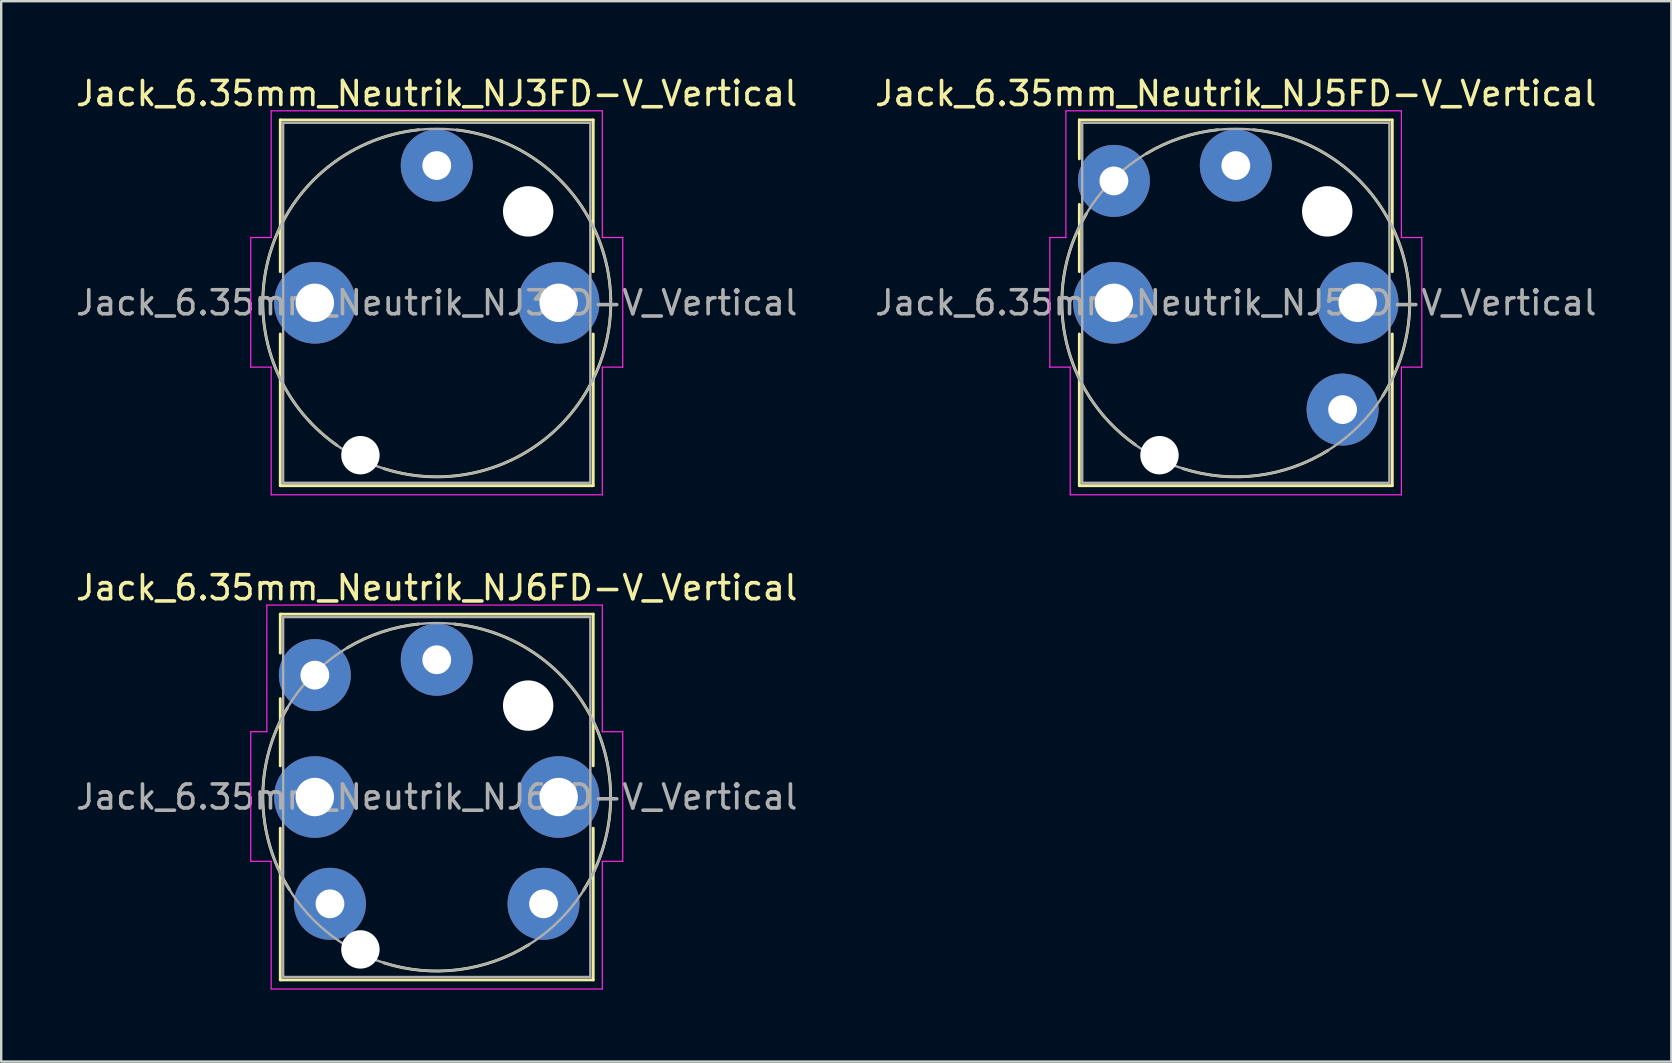
<source format=kicad_pcb>
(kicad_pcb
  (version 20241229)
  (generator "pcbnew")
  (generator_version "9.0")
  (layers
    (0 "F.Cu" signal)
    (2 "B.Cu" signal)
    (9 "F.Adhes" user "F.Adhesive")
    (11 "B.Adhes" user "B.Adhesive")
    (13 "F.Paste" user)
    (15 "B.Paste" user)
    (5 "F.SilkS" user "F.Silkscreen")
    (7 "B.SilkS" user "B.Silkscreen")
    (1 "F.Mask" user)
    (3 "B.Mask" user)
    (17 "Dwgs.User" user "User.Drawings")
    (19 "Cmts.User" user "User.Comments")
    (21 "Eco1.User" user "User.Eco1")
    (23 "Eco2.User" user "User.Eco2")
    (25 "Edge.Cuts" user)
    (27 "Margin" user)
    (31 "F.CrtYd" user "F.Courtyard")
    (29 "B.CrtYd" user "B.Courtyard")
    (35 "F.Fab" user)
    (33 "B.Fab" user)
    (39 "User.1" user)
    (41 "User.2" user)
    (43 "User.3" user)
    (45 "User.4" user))
  (footprint "Jack_6.35mm_Neutrik_NJ6FD-V_Vertical"
    (layer "F.Cu")
    (at 15.149 24.442)
    (property "Reference" "Jack_6.35mm_Neutrik_NJ6FD-V_Vertical" (at 0 -3 0) (layer "F.SilkS") (effects (font (size 1 1) (thickness 0.15))))
    (attr through_hole)
    (fp_line (start -6.52 -1.9) (end -6.52 -0.28) (stroke (width 0.12) (type solid)) (layer "F.SilkS"))
    (fp_line (start -6.52 -1.9) (end 6.52 -1.9) (stroke (width 0.12) (type solid)) (layer "F.SilkS"))
    (fp_line (start -6.52 1.62) (end -6.52 4.42) (stroke (width 0.12) (type solid)) (layer "F.SilkS"))
    (fp_line (start -6.52 7.02) (end -6.52 13.34) (stroke (width 0.12) (type solid)) (layer "F.SilkS"))
    (fp_line (start -6.52 13.34) (end 6.52 13.34) (stroke (width 0.12) (type solid)) (layer "F.SilkS"))
    (fp_line (start 6.52 -1.9) (end 6.52 4.42) (stroke (width 0.12) (type solid)) (layer "F.SilkS"))
    (fp_line (start 6.52 7.02) (end 6.52 13.34) (stroke (width 0.12) (type solid)) (layer "F.SilkS"))
    (fp_arc (start -6.138365 9.573216) (mid -7.247116 5.79812) (end -6.22 2) (stroke (width 0.12) (type solid)) (layer "F.SilkS"))
    (fp_arc (start -3.726809 -0.497515) (mid -2.292752 -1.156764) (end -0.75 -1.49) (stroke (width 0.12) (type solid)) (layer "F.SilkS"))
    (fp_arc (start 0.741615 -1.488246) (mid 6.519796 2.557554) (end 6.12 9.6) (stroke (width 0.12) (type solid)) (layer "F.SilkS"))
    (fp_arc (start 3.836366 11.873893) (mid 0.901303 12.915537) (end -2.2 12.63) (stroke (width 0.12) (type solid)) (layer "F.SilkS"))
    (fp_line (start -7.75 3) (end -7.75 8.4) (stroke (width 0.05) (type solid)) (layer "F.CrtYd"))
    (fp_line (start -7.08 -2.28) (end -7.08 3) (stroke (width 0.05) (type solid)) (layer "F.CrtYd"))
    (fp_line (start -7.08 -2.28) (end 6.9 -2.28) (stroke (width 0.05) (type solid)) (layer "F.CrtYd"))
    (fp_line (start -7.08 3) (end -7.75 3) (stroke (width 0.05) (type solid)) (layer "F.CrtYd"))
    (fp_line (start -6.9 8.4) (end -7.75 8.4) (stroke (width 0.05) (type solid)) (layer "F.CrtYd"))
    (fp_line (start -6.9 8.4) (end -6.9 13.72) (stroke (width 0.05) (type solid)) (layer "F.CrtYd"))
    (fp_line (start -6.9 13.72) (end 6.9 13.72) (stroke (width 0.05) (type solid)) (layer "F.CrtYd"))
    (fp_line (start 6.9 -2.28) (end 6.9 3) (stroke (width 0.05) (type solid)) (layer "F.CrtYd"))
    (fp_line (start 6.9 3) (end 7.75 3) (stroke (width 0.05) (type solid)) (layer "F.CrtYd"))
    (fp_line (start 6.9 8.4) (end 6.9 13.72) (stroke (width 0.05) (type solid)) (layer "F.CrtYd"))
    (fp_line (start 6.9 8.4) (end 7.75 8.4) (stroke (width 0.05) (type solid)) (layer "F.CrtYd"))
    (fp_line (start 7.75 3) (end 7.75 8.4) (stroke (width 0.05) (type solid)) (layer "F.CrtYd"))
    (fp_line (start -6.4 -1.78) (end -6.4 13.22) (stroke (width 0.1) (type solid)) (layer "F.Fab"))
    (fp_line (start -6.4 -1.78) (end 6.4 -1.78) (stroke (width 0.1) (type solid)) (layer "F.Fab"))
    (fp_line (start -6.4 13.22) (end 6.4 13.22) (stroke (width 0.1) (type solid)) (layer "F.Fab"))
    (fp_line (start 6.4 -1.78) (end 6.4 13.22) (stroke (width 0.1) (type solid)) (layer "F.Fab"))
    (fp_circle (center 0 5.72) (end -7.25 5.72) (stroke (width 0.1) (type solid)) (fill no) (layer "F.Fab"))
    (fp_text user "${REFERENCE}" (at 0 5.72 0) (layer "F.Fab") (effects (font (size 1 1) (thickness 0.15))))
    (pad "" np_thru_hole circle (at -3.18 12.07 180) (size 1.6 1.6) (drill 1.6) (layers "*.Cu" "*.Mask"))
    (pad "" np_thru_hole circle (at 3.81 1.91 180) (size 2.1 2.1) (drill 2.1) (layers "*.Cu" "*.Mask"))
    (pad "R" thru_hole circle (at 5.08 5.72 180) (size 3.4 3.4) (drill 1.6) (layers "*.Cu" "*.Mask"))
    (pad "RN" thru_hole circle (at 4.45 10.17 180) (size 3 3) (drill 1.2) (layers "*.Cu" "*.Mask"))
    (pad "S" thru_hole circle (at -5.08 5.72 180) (size 3.4 3.4) (drill 1.6) (layers "*.Cu" "*.Mask"))
    (pad "SN" thru_hole circle (at -4.45 10.17 180) (size 3 3) (drill 1.2) (layers "*.Cu" "*.Mask"))
    (pad "T" thru_hole circle (at 0 0 180) (size 3 3) (drill 1.2) (layers "*.Cu" "*.Mask"))
    (pad "TN" thru_hole circle (at -5.08 0.64 180) (size 3 3) (drill 1.2) (layers "*.Cu" "*.Mask")))
  (footprint "Jack_6.35mm_Neutrik_NJ5FD-V_Vertical"
    (layer "F.Cu")
    (at 48.446 3.848)
    (property "Reference" "Jack_6.35mm_Neutrik_NJ5FD-V_Vertical" (at 0 -3 0) (layer "F.SilkS") (effects (font (size 1 1) (thickness 0.15))))
    (attr through_hole)
    (fp_line (start -6.52 -1.9) (end -6.52 -0.28) (stroke (width 0.12) (type solid)) (layer "F.SilkS"))
    (fp_line (start -6.52 -1.9) (end 6.52 -1.9) (stroke (width 0.12) (type solid)) (layer "F.SilkS"))
    (fp_line (start -6.52 1.62) (end -6.52 4.42) (stroke (width 0.12) (type solid)) (layer "F.SilkS"))
    (fp_line (start -6.52 7.02) (end -6.52 13.34) (stroke (width 0.12) (type solid)) (layer "F.SilkS"))
    (fp_line (start -6.52 13.34) (end 6.52 13.34) (stroke (width 0.12) (type solid)) (layer "F.SilkS"))
    (fp_line (start 6.52 -1.9) (end 6.52 4.42) (stroke (width 0.12) (type solid)) (layer "F.SilkS"))
    (fp_line (start 6.52 7.02) (end 6.52 13.34) (stroke (width 0.12) (type solid)) (layer "F.SilkS"))
    (fp_arc (start -4.186229 11.636273) (mid -7.091321 7.21665) (end -6.22 2) (stroke (width 0.12) (type solid)) (layer "F.SilkS"))
    (fp_arc (start -3.726809 -0.497515) (mid -2.292752 -1.156764) (end -0.75 -1.49) (stroke (width 0.12) (type solid)) (layer "F.SilkS"))
    (fp_arc (start 0.741615 -1.488246) (mid 6.519796 2.557554) (end 6.12 9.6) (stroke (width 0.12) (type solid)) (layer "F.SilkS"))
    (fp_arc (start 3.836366 11.873893) (mid 0.901303 12.915537) (end -2.2 12.63) (stroke (width 0.12) (type solid)) (layer "F.SilkS"))
    (fp_line (start -7.75 3) (end -7.75 8.4) (stroke (width 0.05) (type solid)) (layer "F.CrtYd"))
    (fp_line (start -7.08 -2.28) (end -7.08 3) (stroke (width 0.05) (type solid)) (layer "F.CrtYd"))
    (fp_line (start -7.08 -2.28) (end 6.9 -2.28) (stroke (width 0.05) (type solid)) (layer "F.CrtYd"))
    (fp_line (start -7.08 3) (end -7.75 3) (stroke (width 0.05) (type solid)) (layer "F.CrtYd"))
    (fp_line (start -6.9 8.4) (end -7.75 8.4) (stroke (width 0.05) (type solid)) (layer "F.CrtYd"))
    (fp_line (start -6.9 8.4) (end -6.9 13.72) (stroke (width 0.05) (type solid)) (layer "F.CrtYd"))
    (fp_line (start -6.9 13.72) (end 6.9 13.72) (stroke (width 0.05) (type solid)) (layer "F.CrtYd"))
    (fp_line (start 6.9 -2.28) (end 6.9 3) (stroke (width 0.05) (type solid)) (layer "F.CrtYd"))
    (fp_line (start 6.9 3) (end 7.75 3) (stroke (width 0.05) (type solid)) (layer "F.CrtYd"))
    (fp_line (start 6.9 8.4) (end 6.9 13.72) (stroke (width 0.05) (type solid)) (layer "F.CrtYd"))
    (fp_line (start 6.9 8.4) (end 7.75 8.4) (stroke (width 0.05) (type solid)) (layer "F.CrtYd"))
    (fp_line (start 7.75 3) (end 7.75 8.4) (stroke (width 0.05) (type solid)) (layer "F.CrtYd"))
    (fp_line (start -6.4 -1.78) (end -6.4 13.22) (stroke (width 0.1) (type solid)) (layer "F.Fab"))
    (fp_line (start -6.4 -1.78) (end 6.4 -1.78) (stroke (width 0.1) (type solid)) (layer "F.Fab"))
    (fp_line (start -6.4 13.22) (end 6.4 13.22) (stroke (width 0.1) (type solid)) (layer "F.Fab"))
    (fp_line (start 6.4 -1.78) (end 6.4 13.22) (stroke (width 0.1) (type solid)) (layer "F.Fab"))
    (fp_circle (center 0 5.72) (end -7.25 5.72) (stroke (width 0.1) (type solid)) (fill no) (layer "F.Fab"))
    (fp_text user "${REFERENCE}" (at 0 5.72 0) (layer "F.Fab") (effects (font (size 1 1) (thickness 0.15))))
    (pad "" np_thru_hole circle (at -3.18 12.07 180) (size 1.6 1.6) (drill 1.6) (layers "*.Cu" "*.Mask"))
    (pad "" np_thru_hole circle (at 3.81 1.91 180) (size 2.1 2.1) (drill 2.1) (layers "*.Cu" "*.Mask"))
    (pad "R" thru_hole circle (at 5.08 5.72 180) (size 3.4 3.4) (drill 1.6) (layers "*.Cu" "*.Mask"))
    (pad "RN" thru_hole circle (at 4.45 10.17 180) (size 3 3) (drill 1.2) (layers "*.Cu" "*.Mask"))
    (pad "S" thru_hole circle (at -5.08 5.72 180) (size 3.4 3.4) (drill 1.6) (layers "*.Cu" "*.Mask"))
    (pad "T" thru_hole circle (at 0 0 180) (size 3 3) (drill 1.2) (layers "*.Cu" "*.Mask"))
    (pad "TN" thru_hole circle (at -5.08 0.64 180) (size 3 3) (drill 1.2) (layers "*.Cu" "*.Mask")))
  (footprint "Jack_6.35mm_Neutrik_NJ3FD-V_Vertical"
    (layer "F.Cu")
    (at 15.149 3.848)
    (property "Reference" "Jack_6.35mm_Neutrik_NJ3FD-V_Vertical" (at 0 -3 0) (layer "F.SilkS") (effects (font (size 1 1) (thickness 0.15))))
    (attr through_hole)
    (fp_line (start -6.52 -1.9) (end -6.52 4.42) (stroke (width 0.12) (type solid)) (layer "F.SilkS"))
    (fp_line (start -6.52 -1.9) (end 6.52 -1.9) (stroke (width 0.12) (type solid)) (layer "F.SilkS"))
    (fp_line (start -6.52 7.02) (end -6.52 13.34) (stroke (width 0.12) (type solid)) (layer "F.SilkS"))
    (fp_line (start -6.52 13.34) (end 6.52 13.34) (stroke (width 0.12) (type solid)) (layer "F.SilkS"))
    (fp_line (start 6.52 -1.9) (end 6.52 4.42) (stroke (width 0.12) (type solid)) (layer "F.SilkS"))
    (fp_line (start 6.52 7.02) (end 6.52 13.34) (stroke (width 0.12) (type solid)) (layer "F.SilkS"))
    (fp_arc (start -4.164153 11.6535) (mid -7.016062 3.897509) (end -0.75 -1.49) (stroke (width 0.12) (type solid)) (layer "F.SilkS"))
    (fp_arc (start 0.84109 -1.482824) (mid 7.089049 7.247578) (end -2.2 12.63) (stroke (width 0.12) (type solid)) (layer "F.SilkS"))
    (fp_line (start -7.75 3) (end -7.75 8.4) (stroke (width 0.05) (type solid)) (layer "F.CrtYd"))
    (fp_line (start -6.9 -2.28) (end -6.9 3) (stroke (width 0.05) (type solid)) (layer "F.CrtYd"))
    (fp_line (start -6.9 -2.28) (end 6.9 -2.28) (stroke (width 0.05) (type solid)) (layer "F.CrtYd"))
    (fp_line (start -6.9 3) (end -7.75 3) (stroke (width 0.05) (type solid)) (layer "F.CrtYd"))
    (fp_line (start -6.9 8.4) (end -7.75 8.4) (stroke (width 0.05) (type solid)) (layer "F.CrtYd"))
    (fp_line (start -6.9 8.4) (end -6.9 13.72) (stroke (width 0.05) (type solid)) (layer "F.CrtYd"))
    (fp_line (start -6.9 13.72) (end 6.9 13.72) (stroke (width 0.05) (type solid)) (layer "F.CrtYd"))
    (fp_line (start 6.9 -2.28) (end 6.9 3) (stroke (width 0.05) (type solid)) (layer "F.CrtYd"))
    (fp_line (start 6.9 3) (end 7.75 3) (stroke (width 0.05) (type solid)) (layer "F.CrtYd"))
    (fp_line (start 6.9 8.4) (end 6.9 13.72) (stroke (width 0.05) (type solid)) (layer "F.CrtYd"))
    (fp_line (start 6.9 8.4) (end 7.75 8.4) (stroke (width 0.05) (type solid)) (layer "F.CrtYd"))
    (fp_line (start 7.75 3) (end 7.75 8.4) (stroke (width 0.05) (type solid)) (layer "F.CrtYd"))
    (fp_line (start -6.4 -1.78) (end -6.4 13.22) (stroke (width 0.1) (type solid)) (layer "F.Fab"))
    (fp_line (start -6.4 -1.78) (end 6.4 -1.78) (stroke (width 0.1) (type solid)) (layer "F.Fab"))
    (fp_line (start -6.4 13.22) (end 6.4 13.22) (stroke (width 0.1) (type solid)) (layer "F.Fab"))
    (fp_line (start 6.4 -1.78) (end 6.4 13.22) (stroke (width 0.1) (type solid)) (layer "F.Fab"))
    (fp_circle (center 0 5.72) (end -7.25 5.72) (stroke (width 0.1) (type solid)) (fill no) (layer "F.Fab"))
    (fp_text user "${REFERENCE}" (at 0 5.72 0) (layer "F.Fab") (effects (font (size 1 1) (thickness 0.15))))
    (pad "" np_thru_hole circle (at -3.18 12.07 180) (size 1.6 1.6) (drill 1.6) (layers "*.Cu" "*.Mask"))
    (pad "" np_thru_hole circle (at 3.81 1.91 180) (size 2.1 2.1) (drill 2.1) (layers "*.Cu" "*.Mask"))
    (pad "R" thru_hole circle (at 5.08 5.72 180) (size 3.4 3.4) (drill 1.6) (layers "*.Cu" "*.Mask"))
    (pad "S" thru_hole circle (at -5.08 5.72 180) (size 3.4 3.4) (drill 1.6) (layers "*.Cu" "*.Mask"))
    (pad "T" thru_hole circle (at 0 0 180) (size 3 3) (drill 1.2) (layers "*.Cu" "*.Mask")))
  (gr_rect
    (start -3 -3)
    (end 66.595 41.187)
    (stroke (width 0.1) (type default))
    (fill no)
    (layer "Edge.Cuts")))
</source>
